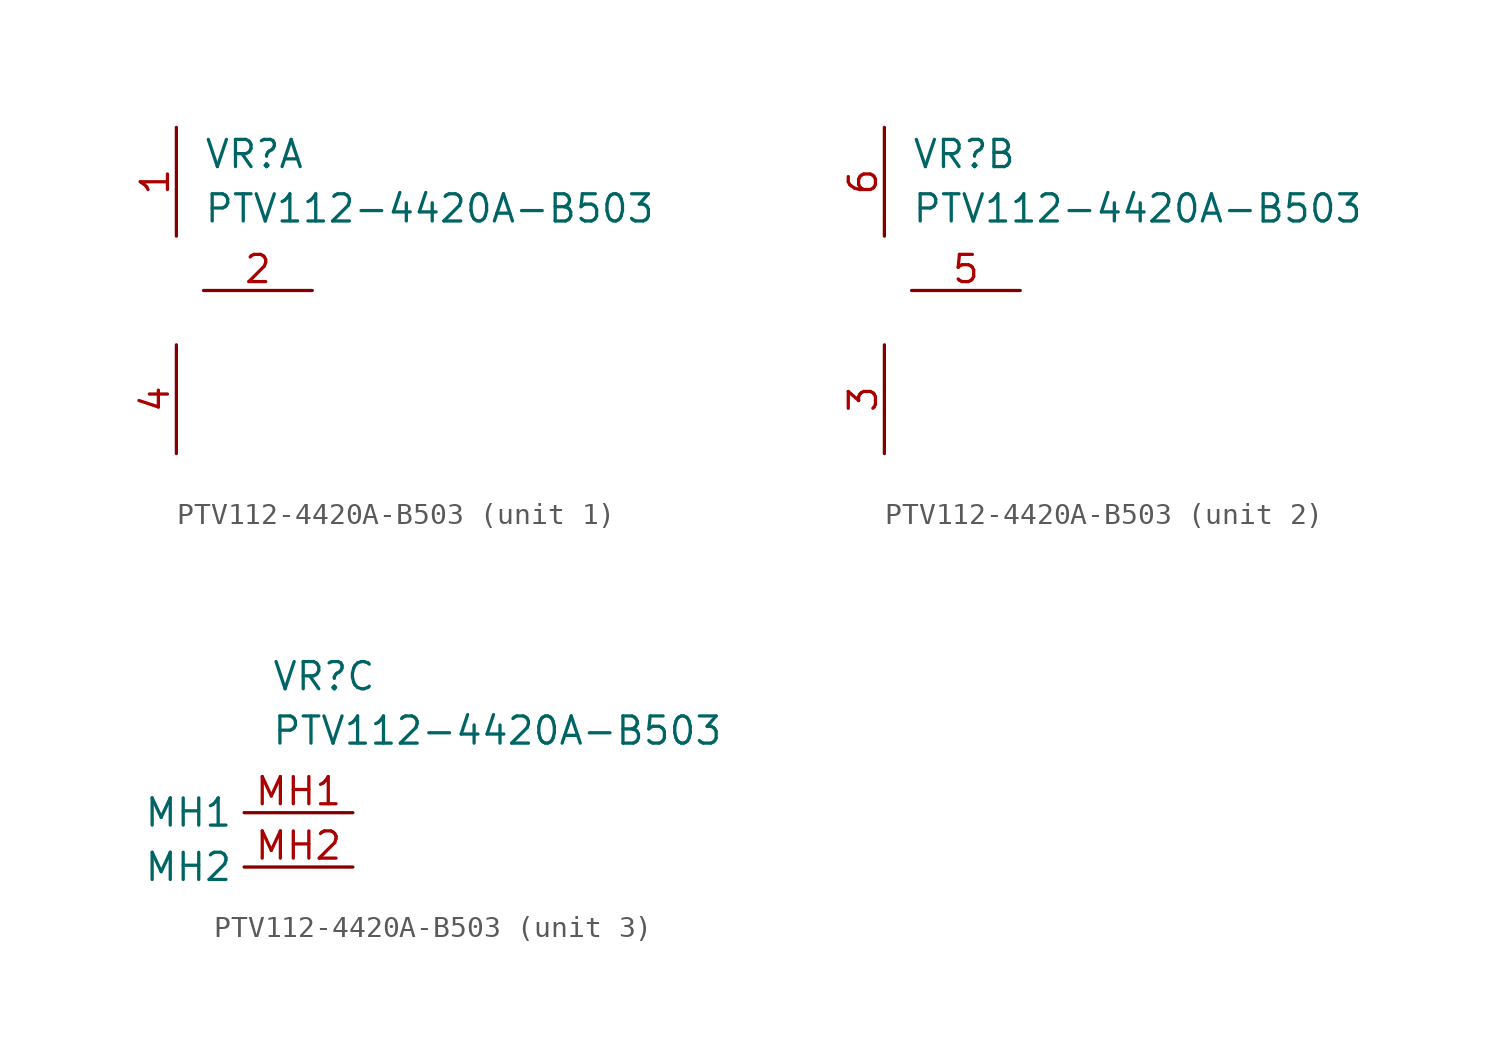
<source format=kicad_sym>
(kicad_symbol_lib
  (version 20231120)
  (generator "kicad_symbol_editor")
  (generator_version "8.0")
  (symbol "PTV112-4420A-B503"
    (property "Reference" "VR"
      (at 1.27 7.112 0)
      (effects (font (size 1.27 1.27)) (justify left top)))
    (property "Value" "PTV112-4420A-B503"
      (at 1.27 4.572 0)
      (effects (font (size 1.27 1.27)) (justify left top)))
    (property "ki_locked" ""
      (at 0 0 0)
      (effects (font (size 1.27 1.27))))
    (symbol "PTV112-4420A-B503_1_1"
      (pin passive line (at 0 7.62 270) (length 5.08) (name "" (effects (font (size 1.27 1.27)))) (number "1" (effects (font (size 1.27 1.27)))))
      (pin passive line (at 6.35 0 180) (length 5.08) (name "" (effects (font (size 1.27 1.27)))) (number "2" (effects (font (size 1.27 1.27)))))
      (pin passive line (at 0 -7.62 90) (length 5.08) (name "" (effects (font (size 1.27 1.27)))) (number "4" (effects (font (size 1.27 1.27))))))
    (symbol "PTV112-4420A-B503_2_1"
      (pin passive line (at 0 -7.62 90) (length 5.08) (name "" (effects (font (size 1.27 1.27)))) (number "3" (effects (font (size 1.27 1.27)))))
      (pin passive line (at 6.35 0 180) (length 5.08) (name "" (effects (font (size 1.27 1.27)))) (number "5" (effects (font (size 1.27 1.27)))))
      (pin passive line (at 0 7.62 270) (length 5.08) (name "" (effects (font (size 1.27 1.27)))) (number "6" (effects (font (size 1.27 1.27))))))
    (symbol "PTV112-4420A-B503_3_1"
      (pin passive line (at 5.08 0 180) (length 5.08) (name "MH1" (effects (font (size 1.27 1.27)))) (number "MH1" (effects (font (size 1.27 1.27)))))
      (pin passive line (at 5.08 -2.54 180) (length 5.08) (name "MH2" (effects (font (size 1.27 1.27)))) (number "MH2" (effects (font (size 1.27 1.27))))))))
</source>
